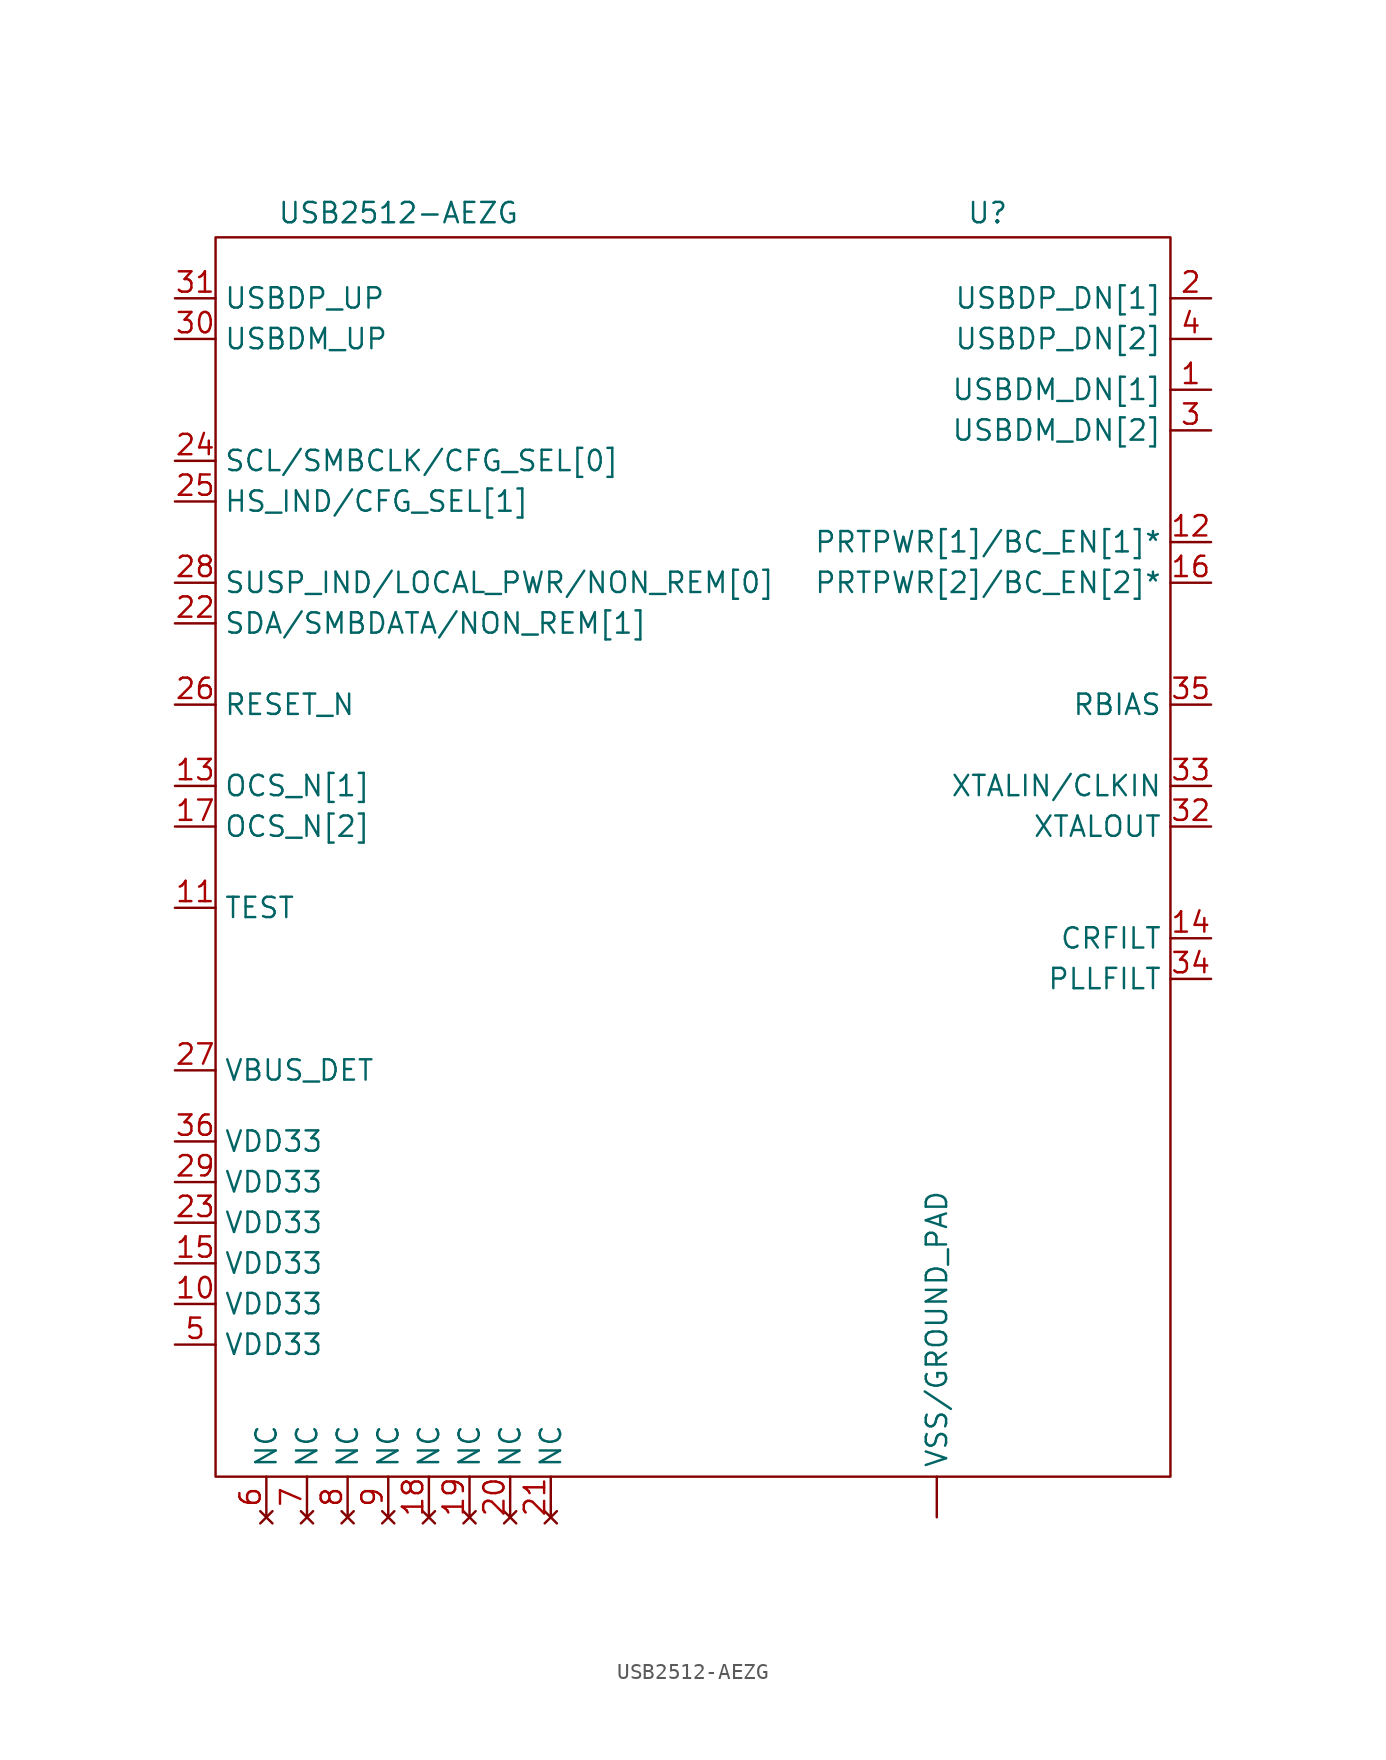
<source format=kicad_sym>
(kicad_symbol_lib
  (version 20211014)
  (generator kicad_symbol_editor)
  (symbol "USB2512-AEZG"
    (property "Reference" "U"
      (at 18.415 38.354 0)
      (effects (font (size 1.27 1.27))))
    (property "Value" "USB2512-AEZG"
      (at -18.415 38.354 0)
      (effects (font (size 1.27 1.27))))
    (symbol "USB2512-AEZG_0_1"
      (rectangle (start -29.845 36.83) (end 29.845 -40.64) (stroke (width 0) (type default) (color 0 0 0 0)) (fill (type none))))
    (symbol "USB2512-AEZG_1_1"
      (pin power_in line (at 15.24 -43.18 90) (length 2.54) (name "VSS/GROUND_PAD" (effects (font (size 1.27 1.27)))) (number "" (effects (font (size 1.27 1.27)))))
      (pin input line (at 32.385 27.305 180) (length 2.54) (name "USBDM_DN[1]" (effects (font (size 1.27 1.27)))) (number "1" (effects (font (size 1.27 1.27)))))
      (pin power_in line (at -32.385 -29.845 0) (length 2.54) (name "VDD33" (effects (font (size 1.27 1.27)))) (number "10" (effects (font (size 1.27 1.27)))))
      (pin input line (at -32.385 -5.08 0) (length 2.54) (name "TEST" (effects (font (size 1.27 1.27)))) (number "11" (effects (font (size 1.27 1.27)))))
      (pin input line (at 32.385 17.78 180) (length 2.54) (name "PRTPWR[1]/BC_EN[1]*" (effects (font (size 1.27 1.27)))) (number "12" (effects (font (size 1.27 1.27)))))
      (pin input line (at -32.385 2.54 0) (length 2.54) (name "OCS_N[1]" (effects (font (size 1.27 1.27)))) (number "13" (effects (font (size 1.27 1.27)))))
      (pin input line (at 32.385 -6.985 180) (length 2.54) (name "CRFILT" (effects (font (size 1.27 1.27)))) (number "14" (effects (font (size 1.27 1.27)))))
      (pin power_in line (at -32.385 -27.305 0) (length 2.54) (name "VDD33" (effects (font (size 1.27 1.27)))) (number "15" (effects (font (size 1.27 1.27)))))
      (pin input line (at 32.385 15.24 180) (length 2.54) (name "PRTPWR[2]/BC_EN[2]*" (effects (font (size 1.27 1.27)))) (number "16" (effects (font (size 1.27 1.27)))))
      (pin input line (at -32.385 0 0) (length 2.54) (name "OCS_N[2]" (effects (font (size 1.27 1.27)))) (number "17" (effects (font (size 1.27 1.27)))))
      (pin no_connect line (at -16.51 -43.18 90) (length 2.54) (name "NC" (effects (font (size 1.27 1.27)))) (number "18" (effects (font (size 1.27 1.27)))))
      (pin no_connect line (at -13.97 -43.18 90) (length 2.54) (name "NC" (effects (font (size 1.27 1.27)))) (number "19" (effects (font (size 1.27 1.27)))))
      (pin input line (at 32.385 33.02 180) (length 2.54) (name "USBDP_DN[1]" (effects (font (size 1.27 1.27)))) (number "2" (effects (font (size 1.27 1.27)))))
      (pin no_connect line (at -11.43 -43.18 90) (length 2.54) (name "NC" (effects (font (size 1.27 1.27)))) (number "20" (effects (font (size 1.27 1.27)))))
      (pin no_connect line (at -8.89 -43.18 90) (length 2.54) (name "NC" (effects (font (size 1.27 1.27)))) (number "21" (effects (font (size 1.27 1.27)))))
      (pin input line (at -32.385 12.7 0) (length 2.54) (name "SDA/SMBDATA/NON_REM[1]" (effects (font (size 1.27 1.27)))) (number "22" (effects (font (size 1.27 1.27)))))
      (pin power_in line (at -32.385 -24.765 0) (length 2.54) (name "VDD33" (effects (font (size 1.27 1.27)))) (number "23" (effects (font (size 1.27 1.27)))))
      (pin input line (at -32.385 22.86 0) (length 2.54) (name "SCL/SMBCLK/CFG_SEL[0]" (effects (font (size 1.27 1.27)))) (number "24" (effects (font (size 1.27 1.27)))))
      (pin input line (at -32.385 20.32 0) (length 2.54) (name "HS_IND/CFG_SEL[1]" (effects (font (size 1.27 1.27)))) (number "25" (effects (font (size 1.27 1.27)))))
      (pin input line (at -32.385 7.62 0) (length 2.54) (name "RESET_N" (effects (font (size 1.27 1.27)))) (number "26" (effects (font (size 1.27 1.27)))))
      (pin input line (at -32.385 -15.24 0) (length 2.54) (name "VBUS_DET" (effects (font (size 1.27 1.27)))) (number "27" (effects (font (size 1.27 1.27)))))
      (pin input line (at -32.385 15.24 0) (length 2.54) (name "SUSP_IND/LOCAL_PWR/NON_REM[0]" (effects (font (size 1.27 1.27)))) (number "28" (effects (font (size 1.27 1.27)))))
      (pin power_in line (at -32.385 -22.225 0) (length 2.54) (name "VDD33" (effects (font (size 1.27 1.27)))) (number "29" (effects (font (size 1.27 1.27)))))
      (pin input line (at 32.385 24.765 180) (length 2.54) (name "USBDM_DN[2]" (effects (font (size 1.27 1.27)))) (number "3" (effects (font (size 1.27 1.27)))))
      (pin input line (at -32.385 30.48 0) (length 2.54) (name "USBDM_UP" (effects (font (size 1.27 1.27)))) (number "30" (effects (font (size 1.27 1.27)))))
      (pin input line (at -32.385 33.02 0) (length 2.54) (name "USBDP_UP" (effects (font (size 1.27 1.27)))) (number "31" (effects (font (size 1.27 1.27)))))
      (pin input line (at 32.385 0 180) (length 2.54) (name "XTALOUT" (effects (font (size 1.27 1.27)))) (number "32" (effects (font (size 1.27 1.27)))))
      (pin input line (at 32.385 2.54 180) (length 2.54) (name "XTALIN/CLKIN" (effects (font (size 1.27 1.27)))) (number "33" (effects (font (size 1.27 1.27)))))
      (pin input line (at 32.385 -9.525 180) (length 2.54) (name "PLLFILT" (effects (font (size 1.27 1.27)))) (number "34" (effects (font (size 1.27 1.27)))))
      (pin input line (at 32.385 7.62 180) (length 2.54) (name "RBIAS" (effects (font (size 1.27 1.27)))) (number "35" (effects (font (size 1.27 1.27)))))
      (pin power_in line (at -32.385 -19.685 0) (length 2.54) (name "VDD33" (effects (font (size 1.27 1.27)))) (number "36" (effects (font (size 1.27 1.27)))))
      (pin input line (at 32.385 30.48 180) (length 2.54) (name "USBDP_DN[2]" (effects (font (size 1.27 1.27)))) (number "4" (effects (font (size 1.27 1.27)))))
      (pin power_in line (at -32.385 -32.385 0) (length 2.54) (name "VDD33" (effects (font (size 1.27 1.27)))) (number "5" (effects (font (size 1.27 1.27)))))
      (pin no_connect line (at -26.67 -43.18 90) (length 2.54) (name "NC" (effects (font (size 1.27 1.27)))) (number "6" (effects (font (size 1.27 1.27)))))
      (pin no_connect line (at -24.13 -43.18 90) (length 2.54) (name "NC" (effects (font (size 1.27 1.27)))) (number "7" (effects (font (size 1.27 1.27)))))
      (pin no_connect line (at -21.59 -43.18 90) (length 2.54) (name "NC" (effects (font (size 1.27 1.27)))) (number "8" (effects (font (size 1.27 1.27)))))
      (pin no_connect line (at -19.05 -43.18 90) (length 2.54) (name "NC" (effects (font (size 1.27 1.27)))) (number "9" (effects (font (size 1.27 1.27))))))))
</source>
